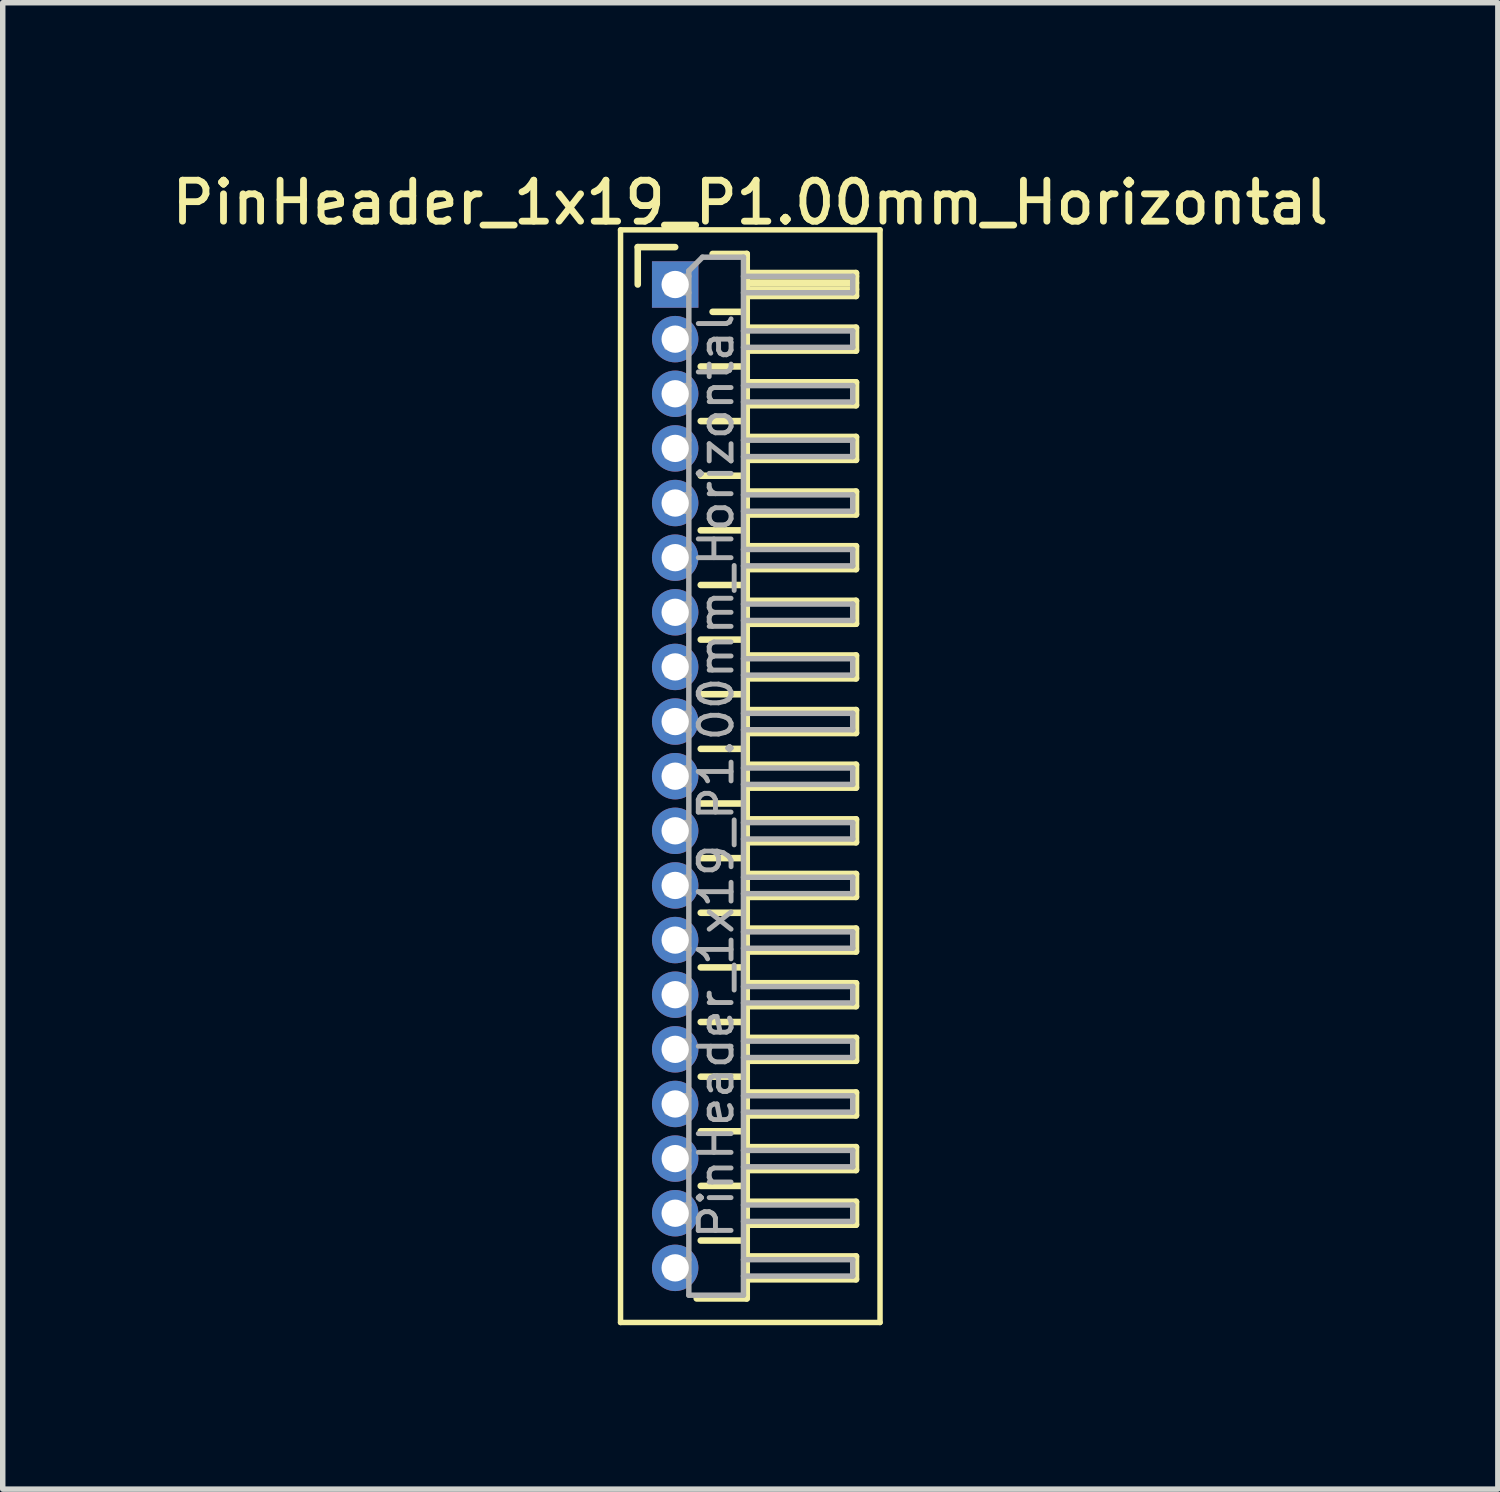
<source format=kicad_pcb>
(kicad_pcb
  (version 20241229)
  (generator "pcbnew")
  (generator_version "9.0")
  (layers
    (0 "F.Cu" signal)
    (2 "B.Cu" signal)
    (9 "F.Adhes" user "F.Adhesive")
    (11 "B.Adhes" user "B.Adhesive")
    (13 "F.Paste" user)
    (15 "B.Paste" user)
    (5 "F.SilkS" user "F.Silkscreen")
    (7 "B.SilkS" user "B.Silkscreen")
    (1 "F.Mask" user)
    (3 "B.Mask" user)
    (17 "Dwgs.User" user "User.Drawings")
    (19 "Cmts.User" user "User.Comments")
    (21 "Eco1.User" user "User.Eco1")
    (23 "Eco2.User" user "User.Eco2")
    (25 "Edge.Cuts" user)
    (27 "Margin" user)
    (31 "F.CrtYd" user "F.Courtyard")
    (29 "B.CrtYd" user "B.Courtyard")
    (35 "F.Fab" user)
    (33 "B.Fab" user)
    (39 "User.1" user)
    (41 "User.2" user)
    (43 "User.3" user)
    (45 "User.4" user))
  (footprint "PinHeader_1x19_P1.00mm_Horizontal"
    (layer "F.Cu")
    (at 9.309 2.158)
    (property "Reference" "PinHeader_1x19_P1.00mm_Horizontal" (at 1.375 -1.5 0) (layer "F.SilkS") (effects (font (size 0.75 0.75) (thickness 0.125))))
    (attr through_hole)
    (fp_line (start -1 -1) (end -1 19) (stroke (width 0.1) (type solid)) (layer "F.SilkS"))
    (fp_line (start -1 19) (end 3.75 19) (stroke (width 0.1) (type solid)) (layer "F.SilkS"))
    (fp_line (start -0.685 -0.685) (end 0 -0.685) (stroke (width 0.12) (type solid)) (layer "F.SilkS"))
    (fp_line (start -0.685 0) (end -0.685 -0.685) (stroke (width 0.12) (type solid)) (layer "F.SilkS"))
    (fp_line (start 0.468 1.5) (end 1.31 1.5) (stroke (width 0.12) (type solid)) (layer "F.SilkS"))
    (fp_line (start 0.468 2.5) (end 1.31 2.5) (stroke (width 0.12) (type solid)) (layer "F.SilkS"))
    (fp_line (start 0.468 3.5) (end 1.31 3.5) (stroke (width 0.12) (type solid)) (layer "F.SilkS"))
    (fp_line (start 0.468 4.5) (end 1.31 4.5) (stroke (width 0.12) (type solid)) (layer "F.SilkS"))
    (fp_line (start 0.468 5.5) (end 1.31 5.5) (stroke (width 0.12) (type solid)) (layer "F.SilkS"))
    (fp_line (start 0.468 6.5) (end 1.31 6.5) (stroke (width 0.12) (type solid)) (layer "F.SilkS"))
    (fp_line (start 0.468 7.5) (end 1.31 7.5) (stroke (width 0.12) (type solid)) (layer "F.SilkS"))
    (fp_line (start 0.468 8.5) (end 1.31 8.5) (stroke (width 0.12) (type solid)) (layer "F.SilkS"))
    (fp_line (start 0.468 9.5) (end 1.31 9.5) (stroke (width 0.12) (type solid)) (layer "F.SilkS"))
    (fp_line (start 0.468 10.5) (end 1.31 10.5) (stroke (width 0.12) (type solid)) (layer "F.SilkS"))
    (fp_line (start 0.468 11.5) (end 1.31 11.5) (stroke (width 0.12) (type solid)) (layer "F.SilkS"))
    (fp_line (start 0.468 12.5) (end 1.31 12.5) (stroke (width 0.12) (type solid)) (layer "F.SilkS"))
    (fp_line (start 0.468 13.5) (end 1.31 13.5) (stroke (width 0.12) (type solid)) (layer "F.SilkS"))
    (fp_line (start 0.468 14.5) (end 1.31 14.5) (stroke (width 0.12) (type solid)) (layer "F.SilkS"))
    (fp_line (start 0.468 15.5) (end 1.31 15.5) (stroke (width 0.12) (type solid)) (layer "F.SilkS"))
    (fp_line (start 0.468 16.5) (end 1.31 16.5) (stroke (width 0.12) (type solid)) (layer "F.SilkS"))
    (fp_line (start 0.468 17.5) (end 1.31 17.5) (stroke (width 0.12) (type solid)) (layer "F.SilkS"))
    (fp_line (start 0.685 -0.56) (end 1.31 -0.56) (stroke (width 0.12) (type solid)) (layer "F.SilkS"))
    (fp_line (start 0.685 0.5) (end 1.31 0.5) (stroke (width 0.12) (type solid)) (layer "F.SilkS"))
    (fp_line (start 1.31 -0.56) (end 1.31 18.56) (stroke (width 0.12) (type solid)) (layer "F.SilkS"))
    (fp_line (start 1.31 -0.21) (end 3.31 -0.21) (stroke (width 0.12) (type solid)) (layer "F.SilkS"))
    (fp_line (start 1.31 -0.15) (end 3.31 -0.15) (stroke (width 0.12) (type solid)) (layer "F.SilkS"))
    (fp_line (start 1.31 -0.03) (end 3.31 -0.03) (stroke (width 0.12) (type solid)) (layer "F.SilkS"))
    (fp_line (start 1.31 0.09) (end 3.31 0.09) (stroke (width 0.12) (type solid)) (layer "F.SilkS"))
    (fp_line (start 1.31 0.79) (end 3.31 0.79) (stroke (width 0.12) (type solid)) (layer "F.SilkS"))
    (fp_line (start 1.31 1.79) (end 3.31 1.79) (stroke (width 0.12) (type solid)) (layer "F.SilkS"))
    (fp_line (start 1.31 2.79) (end 3.31 2.79) (stroke (width 0.12) (type solid)) (layer "F.SilkS"))
    (fp_line (start 1.31 3.79) (end 3.31 3.79) (stroke (width 0.12) (type solid)) (layer "F.SilkS"))
    (fp_line (start 1.31 4.79) (end 3.31 4.79) (stroke (width 0.12) (type solid)) (layer "F.SilkS"))
    (fp_line (start 1.31 5.79) (end 3.31 5.79) (stroke (width 0.12) (type solid)) (layer "F.SilkS"))
    (fp_line (start 1.31 6.79) (end 3.31 6.79) (stroke (width 0.12) (type solid)) (layer "F.SilkS"))
    (fp_line (start 1.31 7.79) (end 3.31 7.79) (stroke (width 0.12) (type solid)) (layer "F.SilkS"))
    (fp_line (start 1.31 8.79) (end 3.31 8.79) (stroke (width 0.12) (type solid)) (layer "F.SilkS"))
    (fp_line (start 1.31 9.79) (end 3.31 9.79) (stroke (width 0.12) (type solid)) (layer "F.SilkS"))
    (fp_line (start 1.31 10.79) (end 3.31 10.79) (stroke (width 0.12) (type solid)) (layer "F.SilkS"))
    (fp_line (start 1.31 11.79) (end 3.31 11.79) (stroke (width 0.12) (type solid)) (layer "F.SilkS"))
    (fp_line (start 1.31 12.79) (end 3.31 12.79) (stroke (width 0.12) (type solid)) (layer "F.SilkS"))
    (fp_line (start 1.31 13.79) (end 3.31 13.79) (stroke (width 0.12) (type solid)) (layer "F.SilkS"))
    (fp_line (start 1.31 14.79) (end 3.31 14.79) (stroke (width 0.12) (type solid)) (layer "F.SilkS"))
    (fp_line (start 1.31 15.79) (end 3.31 15.79) (stroke (width 0.12) (type solid)) (layer "F.SilkS"))
    (fp_line (start 1.31 16.79) (end 3.31 16.79) (stroke (width 0.12) (type solid)) (layer "F.SilkS"))
    (fp_line (start 1.31 17.79) (end 3.31 17.79) (stroke (width 0.12) (type solid)) (layer "F.SilkS"))
    (fp_line (start 1.31 18.56) (end 0.394 18.56) (stroke (width 0.12) (type solid)) (layer "F.SilkS"))
    (fp_line (start 3.31 -0.21) (end 3.31 0.21) (stroke (width 0.12) (type solid)) (layer "F.SilkS"))
    (fp_line (start 3.31 0.21) (end 1.31 0.21) (stroke (width 0.12) (type solid)) (layer "F.SilkS"))
    (fp_line (start 3.31 0.79) (end 3.31 1.21) (stroke (width 0.12) (type solid)) (layer "F.SilkS"))
    (fp_line (start 3.31 1.21) (end 1.31 1.21) (stroke (width 0.12) (type solid)) (layer "F.SilkS"))
    (fp_line (start 3.31 1.79) (end 3.31 2.21) (stroke (width 0.12) (type solid)) (layer "F.SilkS"))
    (fp_line (start 3.31 2.21) (end 1.31 2.21) (stroke (width 0.12) (type solid)) (layer "F.SilkS"))
    (fp_line (start 3.31 2.79) (end 3.31 3.21) (stroke (width 0.12) (type solid)) (layer "F.SilkS"))
    (fp_line (start 3.31 3.21) (end 1.31 3.21) (stroke (width 0.12) (type solid)) (layer "F.SilkS"))
    (fp_line (start 3.31 3.79) (end 3.31 4.21) (stroke (width 0.12) (type solid)) (layer "F.SilkS"))
    (fp_line (start 3.31 4.21) (end 1.31 4.21) (stroke (width 0.12) (type solid)) (layer "F.SilkS"))
    (fp_line (start 3.31 4.79) (end 3.31 5.21) (stroke (width 0.12) (type solid)) (layer "F.SilkS"))
    (fp_line (start 3.31 5.21) (end 1.31 5.21) (stroke (width 0.12) (type solid)) (layer "F.SilkS"))
    (fp_line (start 3.31 5.79) (end 3.31 6.21) (stroke (width 0.12) (type solid)) (layer "F.SilkS"))
    (fp_line (start 3.31 6.21) (end 1.31 6.21) (stroke (width 0.12) (type solid)) (layer "F.SilkS"))
    (fp_line (start 3.31 6.79) (end 3.31 7.21) (stroke (width 0.12) (type solid)) (layer "F.SilkS"))
    (fp_line (start 3.31 7.21) (end 1.31 7.21) (stroke (width 0.12) (type solid)) (layer "F.SilkS"))
    (fp_line (start 3.31 7.79) (end 3.31 8.21) (stroke (width 0.12) (type solid)) (layer "F.SilkS"))
    (fp_line (start 3.31 8.21) (end 1.31 8.21) (stroke (width 0.12) (type solid)) (layer "F.SilkS"))
    (fp_line (start 3.31 8.79) (end 3.31 9.21) (stroke (width 0.12) (type solid)) (layer "F.SilkS"))
    (fp_line (start 3.31 9.21) (end 1.31 9.21) (stroke (width 0.12) (type solid)) (layer "F.SilkS"))
    (fp_line (start 3.31 9.79) (end 3.31 10.21) (stroke (width 0.12) (type solid)) (layer "F.SilkS"))
    (fp_line (start 3.31 10.21) (end 1.31 10.21) (stroke (width 0.12) (type solid)) (layer "F.SilkS"))
    (fp_line (start 3.31 10.79) (end 3.31 11.21) (stroke (width 0.12) (type solid)) (layer "F.SilkS"))
    (fp_line (start 3.31 11.21) (end 1.31 11.21) (stroke (width 0.12) (type solid)) (layer "F.SilkS"))
    (fp_line (start 3.31 11.79) (end 3.31 12.21) (stroke (width 0.12) (type solid)) (layer "F.SilkS"))
    (fp_line (start 3.31 12.21) (end 1.31 12.21) (stroke (width 0.12) (type solid)) (layer "F.SilkS"))
    (fp_line (start 3.31 12.79) (end 3.31 13.21) (stroke (width 0.12) (type solid)) (layer "F.SilkS"))
    (fp_line (start 3.31 13.21) (end 1.31 13.21) (stroke (width 0.12) (type solid)) (layer "F.SilkS"))
    (fp_line (start 3.31 13.79) (end 3.31 14.21) (stroke (width 0.12) (type solid)) (layer "F.SilkS"))
    (fp_line (start 3.31 14.21) (end 1.31 14.21) (stroke (width 0.12) (type solid)) (layer "F.SilkS"))
    (fp_line (start 3.31 14.79) (end 3.31 15.21) (stroke (width 0.12) (type solid)) (layer "F.SilkS"))
    (fp_line (start 3.31 15.21) (end 1.31 15.21) (stroke (width 0.12) (type solid)) (layer "F.SilkS"))
    (fp_line (start 3.31 15.79) (end 3.31 16.21) (stroke (width 0.12) (type solid)) (layer "F.SilkS"))
    (fp_line (start 3.31 16.21) (end 1.31 16.21) (stroke (width 0.12) (type solid)) (layer "F.SilkS"))
    (fp_line (start 3.31 16.79) (end 3.31 17.21) (stroke (width 0.12) (type solid)) (layer "F.SilkS"))
    (fp_line (start 3.31 17.21) (end 1.31 17.21) (stroke (width 0.12) (type solid)) (layer "F.SilkS"))
    (fp_line (start 3.31 17.79) (end 3.31 18.21) (stroke (width 0.12) (type solid)) (layer "F.SilkS"))
    (fp_line (start 3.31 18.21) (end 1.31 18.21) (stroke (width 0.12) (type solid)) (layer "F.SilkS"))
    (fp_line (start 3.75 -1) (end -1 -1) (stroke (width 0.1) (type solid)) (layer "F.SilkS"))
    (fp_line (start 3.75 19) (end 3.75 -1) (stroke (width 0.1) (type solid)) (layer "F.SilkS"))
    (fp_line (start -0.15 -0.15) (end -0.15 0.15) (stroke (width 0.1) (type solid)) (layer "F.Fab"))
    (fp_line (start -0.15 -0.15) (end 0.25 -0.15) (stroke (width 0.1) (type solid)) (layer "F.Fab"))
    (fp_line (start -0.15 0.15) (end 0.25 0.15) (stroke (width 0.1) (type solid)) (layer "F.Fab"))
    (fp_line (start -0.15 0.85) (end -0.15 1.15) (stroke (width 0.1) (type solid)) (layer "F.Fab"))
    (fp_line (start -0.15 0.85) (end 0.25 0.85) (stroke (width 0.1) (type solid)) (layer "F.Fab"))
    (fp_line (start -0.15 1.15) (end 0.25 1.15) (stroke (width 0.1) (type solid)) (layer "F.Fab"))
    (fp_line (start -0.15 1.85) (end -0.15 2.15) (stroke (width 0.1) (type solid)) (layer "F.Fab"))
    (fp_line (start -0.15 1.85) (end 0.25 1.85) (stroke (width 0.1) (type solid)) (layer "F.Fab"))
    (fp_line (start -0.15 2.15) (end 0.25 2.15) (stroke (width 0.1) (type solid)) (layer "F.Fab"))
    (fp_line (start -0.15 2.85) (end -0.15 3.15) (stroke (width 0.1) (type solid)) (layer "F.Fab"))
    (fp_line (start -0.15 2.85) (end 0.25 2.85) (stroke (width 0.1) (type solid)) (layer "F.Fab"))
    (fp_line (start -0.15 3.15) (end 0.25 3.15) (stroke (width 0.1) (type solid)) (layer "F.Fab"))
    (fp_line (start -0.15 3.85) (end -0.15 4.15) (stroke (width 0.1) (type solid)) (layer "F.Fab"))
    (fp_line (start -0.15 3.85) (end 0.25 3.85) (stroke (width 0.1) (type solid)) (layer "F.Fab"))
    (fp_line (start -0.15 4.15) (end 0.25 4.15) (stroke (width 0.1) (type solid)) (layer "F.Fab"))
    (fp_line (start -0.15 4.85) (end -0.15 5.15) (stroke (width 0.1) (type solid)) (layer "F.Fab"))
    (fp_line (start -0.15 4.85) (end 0.25 4.85) (stroke (width 0.1) (type solid)) (layer "F.Fab"))
    (fp_line (start -0.15 5.15) (end 0.25 5.15) (stroke (width 0.1) (type solid)) (layer "F.Fab"))
    (fp_line (start -0.15 5.85) (end -0.15 6.15) (stroke (width 0.1) (type solid)) (layer "F.Fab"))
    (fp_line (start -0.15 5.85) (end 0.25 5.85) (stroke (width 0.1) (type solid)) (layer "F.Fab"))
    (fp_line (start -0.15 6.15) (end 0.25 6.15) (stroke (width 0.1) (type solid)) (layer "F.Fab"))
    (fp_line (start -0.15 6.85) (end -0.15 7.15) (stroke (width 0.1) (type solid)) (layer "F.Fab"))
    (fp_line (start -0.15 6.85) (end 0.25 6.85) (stroke (width 0.1) (type solid)) (layer "F.Fab"))
    (fp_line (start -0.15 7.15) (end 0.25 7.15) (stroke (width 0.1) (type solid)) (layer "F.Fab"))
    (fp_line (start -0.15 7.85) (end -0.15 8.15) (stroke (width 0.1) (type solid)) (layer "F.Fab"))
    (fp_line (start -0.15 7.85) (end 0.25 7.85) (stroke (width 0.1) (type solid)) (layer "F.Fab"))
    (fp_line (start -0.15 8.15) (end 0.25 8.15) (stroke (width 0.1) (type solid)) (layer "F.Fab"))
    (fp_line (start -0.15 8.85) (end -0.15 9.15) (stroke (width 0.1) (type solid)) (layer "F.Fab"))
    (fp_line (start -0.15 8.85) (end 0.25 8.85) (stroke (width 0.1) (type solid)) (layer "F.Fab"))
    (fp_line (start -0.15 9.15) (end 0.25 9.15) (stroke (width 0.1) (type solid)) (layer "F.Fab"))
    (fp_line (start -0.15 9.85) (end -0.15 10.15) (stroke (width 0.1) (type solid)) (layer "F.Fab"))
    (fp_line (start -0.15 9.85) (end 0.25 9.85) (stroke (width 0.1) (type solid)) (layer "F.Fab"))
    (fp_line (start -0.15 10.15) (end 0.25 10.15) (stroke (width 0.1) (type solid)) (layer "F.Fab"))
    (fp_line (start -0.15 10.85) (end -0.15 11.15) (stroke (width 0.1) (type solid)) (layer "F.Fab"))
    (fp_line (start -0.15 10.85) (end 0.25 10.85) (stroke (width 0.1) (type solid)) (layer "F.Fab"))
    (fp_line (start -0.15 11.15) (end 0.25 11.15) (stroke (width 0.1) (type solid)) (layer "F.Fab"))
    (fp_line (start -0.15 11.85) (end -0.15 12.15) (stroke (width 0.1) (type solid)) (layer "F.Fab"))
    (fp_line (start -0.15 11.85) (end 0.25 11.85) (stroke (width 0.1) (type solid)) (layer "F.Fab"))
    (fp_line (start -0.15 12.15) (end 0.25 12.15) (stroke (width 0.1) (type solid)) (layer "F.Fab"))
    (fp_line (start -0.15 12.85) (end -0.15 13.15) (stroke (width 0.1) (type solid)) (layer "F.Fab"))
    (fp_line (start -0.15 12.85) (end 0.25 12.85) (stroke (width 0.1) (type solid)) (layer "F.Fab"))
    (fp_line (start -0.15 13.15) (end 0.25 13.15) (stroke (width 0.1) (type solid)) (layer "F.Fab"))
    (fp_line (start -0.15 13.85) (end -0.15 14.15) (stroke (width 0.1) (type solid)) (layer "F.Fab"))
    (fp_line (start -0.15 13.85) (end 0.25 13.85) (stroke (width 0.1) (type solid)) (layer "F.Fab"))
    (fp_line (start -0.15 14.15) (end 0.25 14.15) (stroke (width 0.1) (type solid)) (layer "F.Fab"))
    (fp_line (start -0.15 14.85) (end -0.15 15.15) (stroke (width 0.1) (type solid)) (layer "F.Fab"))
    (fp_line (start -0.15 14.85) (end 0.25 14.85) (stroke (width 0.1) (type solid)) (layer "F.Fab"))
    (fp_line (start -0.15 15.15) (end 0.25 15.15) (stroke (width 0.1) (type solid)) (layer "F.Fab"))
    (fp_line (start -0.15 15.85) (end -0.15 16.15) (stroke (width 0.1) (type solid)) (layer "F.Fab"))
    (fp_line (start -0.15 15.85) (end 0.25 15.85) (stroke (width 0.1) (type solid)) (layer "F.Fab"))
    (fp_line (start -0.15 16.15) (end 0.25 16.15) (stroke (width 0.1) (type solid)) (layer "F.Fab"))
    (fp_line (start -0.15 16.85) (end -0.15 17.15) (stroke (width 0.1) (type solid)) (layer "F.Fab"))
    (fp_line (start -0.15 16.85) (end 0.25 16.85) (stroke (width 0.1) (type solid)) (layer "F.Fab"))
    (fp_line (start -0.15 17.15) (end 0.25 17.15) (stroke (width 0.1) (type solid)) (layer "F.Fab"))
    (fp_line (start -0.15 17.85) (end -0.15 18.15) (stroke (width 0.1) (type solid)) (layer "F.Fab"))
    (fp_line (start -0.15 17.85) (end 0.25 17.85) (stroke (width 0.1) (type solid)) (layer "F.Fab"))
    (fp_line (start -0.15 18.15) (end 0.25 18.15) (stroke (width 0.1) (type solid)) (layer "F.Fab"))
    (fp_line (start 0.25 -0.25) (end 0.5 -0.5) (stroke (width 0.1) (type solid)) (layer "F.Fab"))
    (fp_line (start 0.25 18.5) (end 0.25 -0.25) (stroke (width 0.1) (type solid)) (layer "F.Fab"))
    (fp_line (start 0.5 -0.5) (end 1.25 -0.5) (stroke (width 0.1) (type solid)) (layer "F.Fab"))
    (fp_line (start 1.25 -0.5) (end 1.25 18.5) (stroke (width 0.1) (type solid)) (layer "F.Fab"))
    (fp_line (start 1.25 -0.15) (end 3.25 -0.15) (stroke (width 0.1) (type solid)) (layer "F.Fab"))
    (fp_line (start 1.25 0.15) (end 3.25 0.15) (stroke (width 0.1) (type solid)) (layer "F.Fab"))
    (fp_line (start 1.25 0.85) (end 3.25 0.85) (stroke (width 0.1) (type solid)) (layer "F.Fab"))
    (fp_line (start 1.25 1.15) (end 3.25 1.15) (stroke (width 0.1) (type solid)) (layer "F.Fab"))
    (fp_line (start 1.25 1.85) (end 3.25 1.85) (stroke (width 0.1) (type solid)) (layer "F.Fab"))
    (fp_line (start 1.25 2.15) (end 3.25 2.15) (stroke (width 0.1) (type solid)) (layer "F.Fab"))
    (fp_line (start 1.25 2.85) (end 3.25 2.85) (stroke (width 0.1) (type solid)) (layer "F.Fab"))
    (fp_line (start 1.25 3.15) (end 3.25 3.15) (stroke (width 0.1) (type solid)) (layer "F.Fab"))
    (fp_line (start 1.25 3.85) (end 3.25 3.85) (stroke (width 0.1) (type solid)) (layer "F.Fab"))
    (fp_line (start 1.25 4.15) (end 3.25 4.15) (stroke (width 0.1) (type solid)) (layer "F.Fab"))
    (fp_line (start 1.25 4.85) (end 3.25 4.85) (stroke (width 0.1) (type solid)) (layer "F.Fab"))
    (fp_line (start 1.25 5.15) (end 3.25 5.15) (stroke (width 0.1) (type solid)) (layer "F.Fab"))
    (fp_line (start 1.25 5.85) (end 3.25 5.85) (stroke (width 0.1) (type solid)) (layer "F.Fab"))
    (fp_line (start 1.25 6.15) (end 3.25 6.15) (stroke (width 0.1) (type solid)) (layer "F.Fab"))
    (fp_line (start 1.25 6.85) (end 3.25 6.85) (stroke (width 0.1) (type solid)) (layer "F.Fab"))
    (fp_line (start 1.25 7.15) (end 3.25 7.15) (stroke (width 0.1) (type solid)) (layer "F.Fab"))
    (fp_line (start 1.25 7.85) (end 3.25 7.85) (stroke (width 0.1) (type solid)) (layer "F.Fab"))
    (fp_line (start 1.25 8.15) (end 3.25 8.15) (stroke (width 0.1) (type solid)) (layer "F.Fab"))
    (fp_line (start 1.25 8.85) (end 3.25 8.85) (stroke (width 0.1) (type solid)) (layer "F.Fab"))
    (fp_line (start 1.25 9.15) (end 3.25 9.15) (stroke (width 0.1) (type solid)) (layer "F.Fab"))
    (fp_line (start 1.25 9.85) (end 3.25 9.85) (stroke (width 0.1) (type solid)) (layer "F.Fab"))
    (fp_line (start 1.25 10.15) (end 3.25 10.15) (stroke (width 0.1) (type solid)) (layer "F.Fab"))
    (fp_line (start 1.25 10.85) (end 3.25 10.85) (stroke (width 0.1) (type solid)) (layer "F.Fab"))
    (fp_line (start 1.25 11.15) (end 3.25 11.15) (stroke (width 0.1) (type solid)) (layer "F.Fab"))
    (fp_line (start 1.25 11.85) (end 3.25 11.85) (stroke (width 0.1) (type solid)) (layer "F.Fab"))
    (fp_line (start 1.25 12.15) (end 3.25 12.15) (stroke (width 0.1) (type solid)) (layer "F.Fab"))
    (fp_line (start 1.25 12.85) (end 3.25 12.85) (stroke (width 0.1) (type solid)) (layer "F.Fab"))
    (fp_line (start 1.25 13.15) (end 3.25 13.15) (stroke (width 0.1) (type solid)) (layer "F.Fab"))
    (fp_line (start 1.25 13.85) (end 3.25 13.85) (stroke (width 0.1) (type solid)) (layer "F.Fab"))
    (fp_line (start 1.25 14.15) (end 3.25 14.15) (stroke (width 0.1) (type solid)) (layer "F.Fab"))
    (fp_line (start 1.25 14.85) (end 3.25 14.85) (stroke (width 0.1) (type solid)) (layer "F.Fab"))
    (fp_line (start 1.25 15.15) (end 3.25 15.15) (stroke (width 0.1) (type solid)) (layer "F.Fab"))
    (fp_line (start 1.25 15.85) (end 3.25 15.85) (stroke (width 0.1) (type solid)) (layer "F.Fab"))
    (fp_line (start 1.25 16.15) (end 3.25 16.15) (stroke (width 0.1) (type solid)) (layer "F.Fab"))
    (fp_line (start 1.25 16.85) (end 3.25 16.85) (stroke (width 0.1) (type solid)) (layer "F.Fab"))
    (fp_line (start 1.25 17.15) (end 3.25 17.15) (stroke (width 0.1) (type solid)) (layer "F.Fab"))
    (fp_line (start 1.25 17.85) (end 3.25 17.85) (stroke (width 0.1) (type solid)) (layer "F.Fab"))
    (fp_line (start 1.25 18.15) (end 3.25 18.15) (stroke (width 0.1) (type solid)) (layer "F.Fab"))
    (fp_line (start 1.25 18.5) (end 0.25 18.5) (stroke (width 0.1) (type solid)) (layer "F.Fab"))
    (fp_line (start 3.25 -0.15) (end 3.25 0.15) (stroke (width 0.1) (type solid)) (layer "F.Fab"))
    (fp_line (start 3.25 0.85) (end 3.25 1.15) (stroke (width 0.1) (type solid)) (layer "F.Fab"))
    (fp_line (start 3.25 1.85) (end 3.25 2.15) (stroke (width 0.1) (type solid)) (layer "F.Fab"))
    (fp_line (start 3.25 2.85) (end 3.25 3.15) (stroke (width 0.1) (type solid)) (layer "F.Fab"))
    (fp_line (start 3.25 3.85) (end 3.25 4.15) (stroke (width 0.1) (type solid)) (layer "F.Fab"))
    (fp_line (start 3.25 4.85) (end 3.25 5.15) (stroke (width 0.1) (type solid)) (layer "F.Fab"))
    (fp_line (start 3.25 5.85) (end 3.25 6.15) (stroke (width 0.1) (type solid)) (layer "F.Fab"))
    (fp_line (start 3.25 6.85) (end 3.25 7.15) (stroke (width 0.1) (type solid)) (layer "F.Fab"))
    (fp_line (start 3.25 7.85) (end 3.25 8.15) (stroke (width 0.1) (type solid)) (layer "F.Fab"))
    (fp_line (start 3.25 8.85) (end 3.25 9.15) (stroke (width 0.1) (type solid)) (layer "F.Fab"))
    (fp_line (start 3.25 9.85) (end 3.25 10.15) (stroke (width 0.1) (type solid)) (layer "F.Fab"))
    (fp_line (start 3.25 10.85) (end 3.25 11.15) (stroke (width 0.1) (type solid)) (layer "F.Fab"))
    (fp_line (start 3.25 11.85) (end 3.25 12.15) (stroke (width 0.1) (type solid)) (layer "F.Fab"))
    (fp_line (start 3.25 12.85) (end 3.25 13.15) (stroke (width 0.1) (type solid)) (layer "F.Fab"))
    (fp_line (start 3.25 13.85) (end 3.25 14.15) (stroke (width 0.1) (type solid)) (layer "F.Fab"))
    (fp_line (start 3.25 14.85) (end 3.25 15.15) (stroke (width 0.1) (type solid)) (layer "F.Fab"))
    (fp_line (start 3.25 15.85) (end 3.25 16.15) (stroke (width 0.1) (type solid)) (layer "F.Fab"))
    (fp_line (start 3.25 16.85) (end 3.25 17.15) (stroke (width 0.1) (type solid)) (layer "F.Fab"))
    (fp_line (start 3.25 17.85) (end 3.25 18.15) (stroke (width 0.1) (type solid)) (layer "F.Fab"))
    (fp_text user "${REFERENCE}" (at 0.75 9 90) (layer "F.Fab") (effects (font (size 0.6 0.6) (thickness 0.09))))
    (pad "1" thru_hole rect (at 0 0) (size 0.85 0.85) (drill 0.5) (layers "*.Cu" "*.Mask"))
    (pad "2" thru_hole oval (at 0 1) (size 0.85 0.85) (drill 0.5) (layers "*.Cu" "*.Mask"))
    (pad "3" thru_hole oval (at 0 2) (size 0.85 0.85) (drill 0.5) (layers "*.Cu" "*.Mask"))
    (pad "4" thru_hole oval (at 0 3) (size 0.85 0.85) (drill 0.5) (layers "*.Cu" "*.Mask"))
    (pad "5" thru_hole oval (at 0 4) (size 0.85 0.85) (drill 0.5) (layers "*.Cu" "*.Mask"))
    (pad "6" thru_hole oval (at 0 5) (size 0.85 0.85) (drill 0.5) (layers "*.Cu" "*.Mask"))
    (pad "7" thru_hole oval (at 0 6) (size 0.85 0.85) (drill 0.5) (layers "*.Cu" "*.Mask"))
    (pad "8" thru_hole oval (at 0 7) (size 0.85 0.85) (drill 0.5) (layers "*.Cu" "*.Mask"))
    (pad "9" thru_hole oval (at 0 8) (size 0.85 0.85) (drill 0.5) (layers "*.Cu" "*.Mask"))
    (pad "10" thru_hole oval (at 0 9) (size 0.85 0.85) (drill 0.5) (layers "*.Cu" "*.Mask"))
    (pad "11" thru_hole oval (at 0 10) (size 0.85 0.85) (drill 0.5) (layers "*.Cu" "*.Mask"))
    (pad "12" thru_hole oval (at 0 11) (size 0.85 0.85) (drill 0.5) (layers "*.Cu" "*.Mask"))
    (pad "13" thru_hole oval (at 0 12) (size 0.85 0.85) (drill 0.5) (layers "*.Cu" "*.Mask"))
    (pad "14" thru_hole oval (at 0 13) (size 0.85 0.85) (drill 0.5) (layers "*.Cu" "*.Mask"))
    (pad "15" thru_hole oval (at 0 14) (size 0.85 0.85) (drill 0.5) (layers "*.Cu" "*.Mask"))
    (pad "16" thru_hole oval (at 0 15) (size 0.85 0.85) (drill 0.5) (layers "*.Cu" "*.Mask"))
    (pad "17" thru_hole oval (at 0 16) (size 0.85 0.85) (drill 0.5) (layers "*.Cu" "*.Mask"))
    (pad "18" thru_hole oval (at 0 17) (size 0.85 0.85) (drill 0.5) (layers "*.Cu" "*.Mask"))
    (pad "19" thru_hole oval (at 0 18) (size 0.85 0.85) (drill 0.5) (layers "*.Cu" "*.Mask")))
  (gr_rect
    (start -3 -3)
    (end 24.368 24.208)
    (stroke (width 0.1) (type default))
    (fill no)
    (layer "Edge.Cuts")))
</source>
